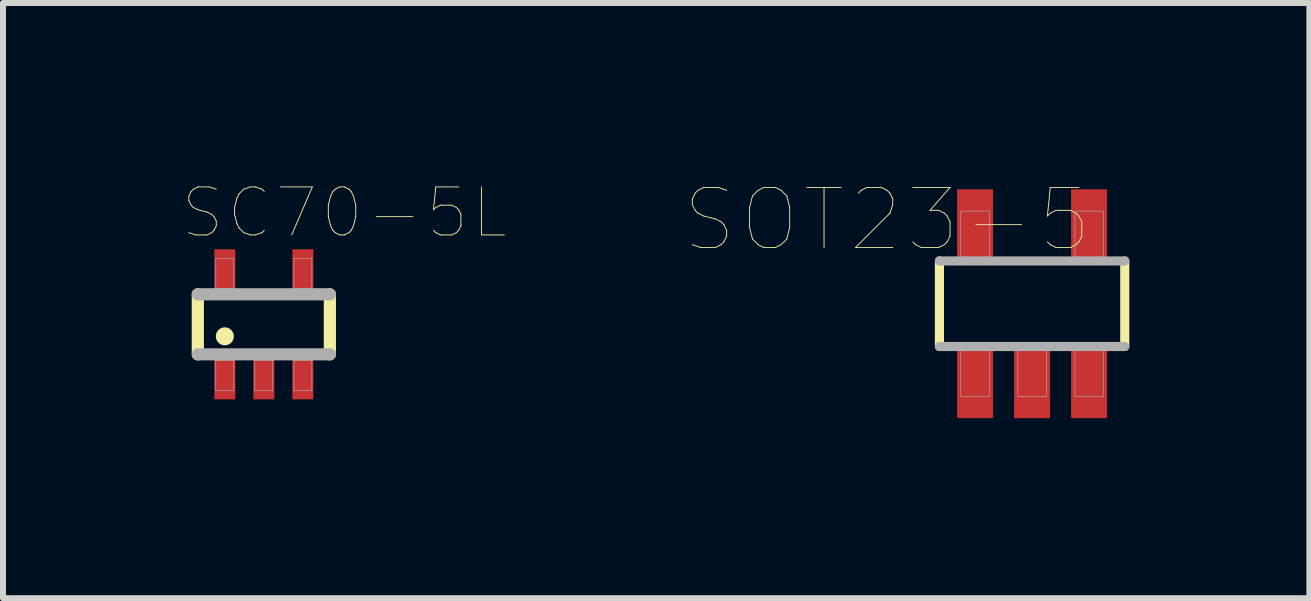
<source format=kicad_pcb>
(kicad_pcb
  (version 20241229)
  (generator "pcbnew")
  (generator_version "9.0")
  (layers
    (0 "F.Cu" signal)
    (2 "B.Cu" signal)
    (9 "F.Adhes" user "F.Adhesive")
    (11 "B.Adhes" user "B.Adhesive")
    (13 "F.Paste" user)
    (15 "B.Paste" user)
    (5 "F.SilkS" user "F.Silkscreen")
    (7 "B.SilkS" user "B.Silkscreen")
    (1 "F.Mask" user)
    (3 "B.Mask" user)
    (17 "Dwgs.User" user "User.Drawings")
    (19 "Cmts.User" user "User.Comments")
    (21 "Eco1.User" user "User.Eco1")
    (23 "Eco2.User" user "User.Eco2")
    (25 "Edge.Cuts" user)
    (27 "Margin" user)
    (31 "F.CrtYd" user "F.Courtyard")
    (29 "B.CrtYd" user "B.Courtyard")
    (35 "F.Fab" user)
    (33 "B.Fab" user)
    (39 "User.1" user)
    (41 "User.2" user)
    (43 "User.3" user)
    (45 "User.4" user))
  (footprint "SOT23-5"
    (layer "F.Cu")
    (at 14.147 2.011)
    (property "Reference" "SOT23-5" (at -2.417 -1.399 180) (layer "F.SilkS") (effects (font (size 1.002 1.002) (thickness 0.015))))
    (attr through_hole)
    (fp_line (start -1.544 0.712) (end -1.544 -0.713) (stroke (width 0.152) (type solid)) (layer "F.SilkS"))
    (fp_line (start 1.544 -0.713) (end 1.544 0.712) (stroke (width 0.152) (type solid)) (layer "F.SilkS"))
    (fp_line (start -1.544 -0.713) (end 1.544 -0.713) (stroke (width 0.152) (type solid)) (layer "F.Fab"))
    (fp_line (start 1.544 0.712) (end -1.544 0.712) (stroke (width 0.152) (type solid)) (layer "F.Fab"))
    (fp_poly (pts (xy -1.189 0.712) (xy -0.713 0.712) (xy -0.713 1.545) (xy -1.189 1.545)) (stroke (width 0.01) (type solid)) (fill no) (layer "F.Fab"))
    (fp_poly (pts (xy -1.189 -1.544) (xy -0.713 -1.544) (xy -0.713 -0.713) (xy -1.189 -0.713)) (stroke (width 0.01) (type solid)) (fill no) (layer "F.Fab"))
    (fp_poly (pts (xy -0.238 0.712) (xy 0.237 0.712) (xy 0.237 1.546) (xy -0.238 1.546)) (stroke (width 0.01) (type solid)) (fill no) (layer "F.Fab"))
    (fp_poly (pts (xy 0.713 0.712) (xy 1.188 0.712) (xy 1.188 1.545) (xy 0.713 1.545)) (stroke (width 0.01) (type solid)) (fill no) (layer "F.Fab"))
    (fp_poly (pts (xy 0.714 -1.544) (xy 1.188 -1.544) (xy 1.188 -0.714) (xy 0.714 -0.714)) (stroke (width 0.01) (type solid)) (fill no) (layer "F.Fab"))
    (pad "1" smd rect (at -0.95 1.306) (size 0.6 1.2) (layers "F.Cu" "F.Mask" "F.Paste"))
    (pad "2" smd rect (at 0 1.306) (size 0.6 1.2) (layers "F.Cu" "F.Mask" "F.Paste"))
    (pad "3" smd rect (at 0.95 1.306) (size 0.6 1.2) (layers "F.Cu" "F.Mask" "F.Paste"))
    (pad "4" smd rect (at 0.95 -1.306) (size 0.6 1.2) (layers "F.Cu" "F.Mask" "F.Paste"))
    (pad "5" smd rect (at -0.95 -1.306) (size 0.6 1.2) (layers "F.Cu" "F.Mask" "F.Paste")))
  (footprint "SC70-5L"
    (layer "F.Cu")
    (at 1.346 2.354)
    (property "Reference" "SC70-5L" (at 1.341 -1.859 0) (layer "F.SilkS") (effects (font (size 0.8 0.8) (thickness 0.015))))
    (attr through_hole)
    (fp_line (start -1.1 0.5) (end -1.1 -0.5) (stroke (width 0.203) (type solid)) (layer "F.SilkS"))
    (fp_line (start 1.1 -0.5) (end 1.1 0.5) (stroke (width 0.203) (type solid)) (layer "F.SilkS"))
    (fp_circle (center -0.65 0.2) (end -0.5 0.2) (stroke (width 0) (type solid)) (fill yes) (layer "F.SilkS"))
    (fp_line (start -1.1 -0.5) (end 1.1 -0.5) (stroke (width 0.203) (type solid)) (layer "F.Fab"))
    (fp_line (start 1.1 0.5) (end -1.1 0.5) (stroke (width 0.203) (type solid)) (layer "F.Fab"))
    (fp_poly (pts (xy -0.801 0.6) (xy -0.5 0.6) (xy -0.5 1.101) (xy -0.801 1.101)) (stroke (width 0.01) (type solid)) (fill no) (layer "F.Fab"))
    (fp_poly (pts (xy -0.8 -1.1) (xy -0.5 -1.1) (xy -0.5 -0.6) (xy -0.8 -0.6)) (stroke (width 0.01) (type solid)) (fill no) (layer "F.Fab"))
    (fp_poly (pts (xy -0.15 0.6) (xy 0.15 0.6) (xy 0.15 1.1) (xy -0.15 1.1)) (stroke (width 0.01) (type solid)) (fill no) (layer "F.Fab"))
    (fp_poly (pts (xy 0.501 -1.1) (xy 0.8 -1.1) (xy 0.8 -0.601) (xy 0.501 -0.601)) (stroke (width 0.01) (type solid)) (fill no) (layer "F.Fab"))
    (fp_poly (pts (xy 0.501 0.6) (xy 0.8 0.6) (xy 0.8 1.102) (xy 0.501 1.102)) (stroke (width 0.01) (type solid)) (fill no) (layer "F.Fab"))
    (pad "1" smd rect (at -0.65 0.85) (size 0.35 0.8) (layers "F.Cu" "F.Mask" "F.Paste"))
    (pad "2" smd rect (at 0 0.85) (size 0.35 0.8) (layers "F.Cu" "F.Mask" "F.Paste"))
    (pad "3" smd rect (at 0.65 0.85) (size 0.35 0.8) (layers "F.Cu" "F.Mask" "F.Paste"))
    (pad "4" smd rect (at 0.65 -0.85) (size 0.35 0.8) (layers "F.Cu" "F.Mask" "F.Paste"))
    (pad "5" smd rect (at -0.65 -0.85) (size 0.35 0.8) (layers "F.Cu" "F.Mask" "F.Paste")))
  (gr_rect
    (start -3 -3)
    (end 18.767 6.917)
    (stroke (width 0.1) (type default))
    (fill no)
    (layer "Edge.Cuts")))
</source>
